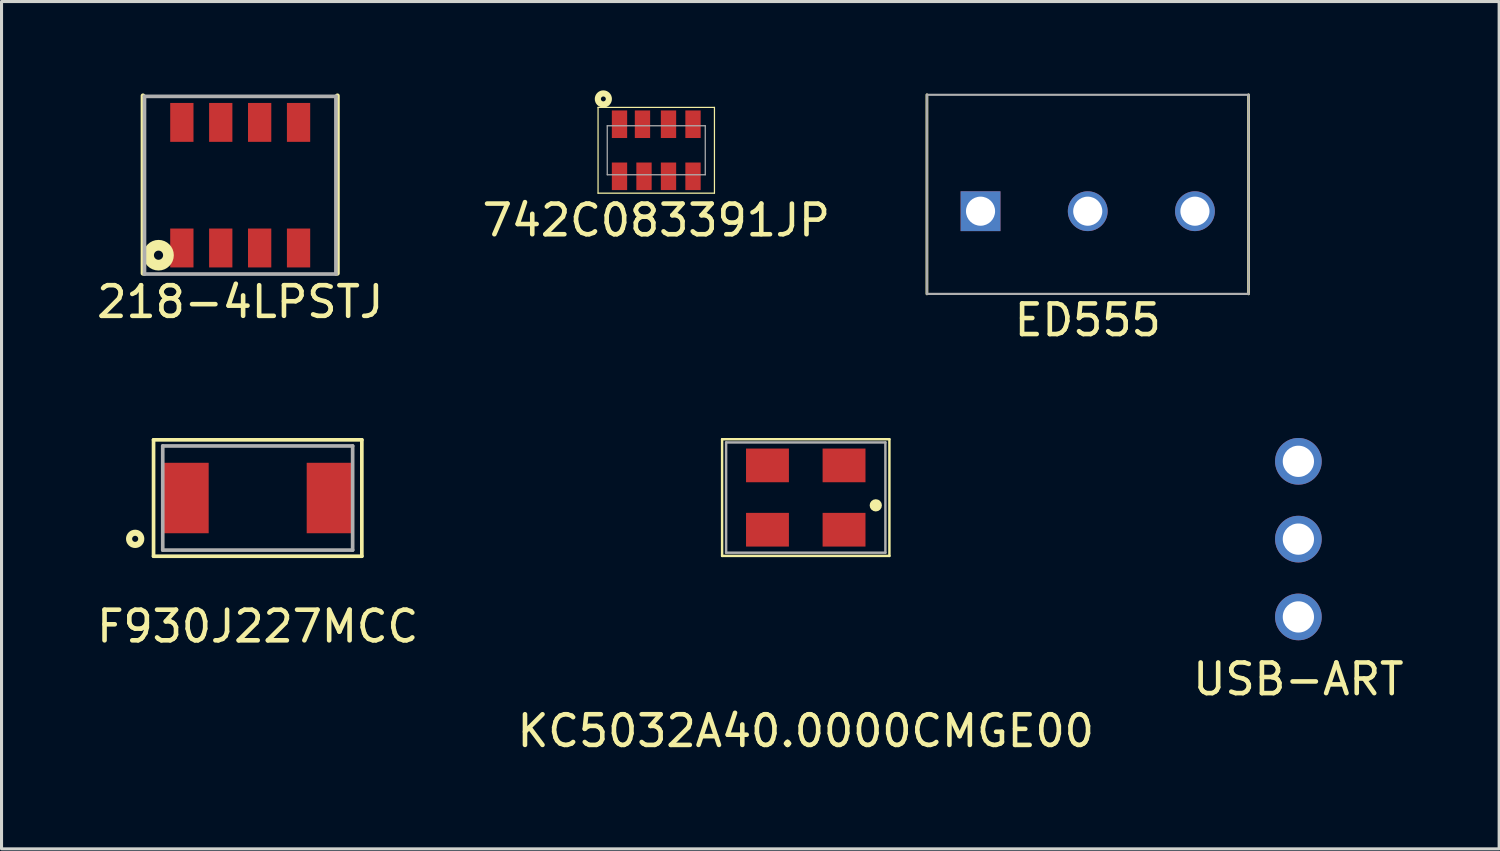
<source format=kicad_pcb>
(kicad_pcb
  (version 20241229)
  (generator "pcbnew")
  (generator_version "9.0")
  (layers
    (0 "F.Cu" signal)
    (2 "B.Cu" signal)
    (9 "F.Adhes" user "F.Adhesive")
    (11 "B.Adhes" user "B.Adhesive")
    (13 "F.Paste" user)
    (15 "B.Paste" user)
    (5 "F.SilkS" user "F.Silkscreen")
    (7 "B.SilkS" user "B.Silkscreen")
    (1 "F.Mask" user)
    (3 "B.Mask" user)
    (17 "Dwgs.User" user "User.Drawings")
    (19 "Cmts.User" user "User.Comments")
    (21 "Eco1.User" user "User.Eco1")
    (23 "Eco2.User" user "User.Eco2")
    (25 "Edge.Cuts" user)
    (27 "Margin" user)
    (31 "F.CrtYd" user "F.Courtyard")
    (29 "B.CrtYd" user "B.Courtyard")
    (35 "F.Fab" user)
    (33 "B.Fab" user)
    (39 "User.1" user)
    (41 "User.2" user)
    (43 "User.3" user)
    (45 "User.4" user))
  (footprint "ED555"
    (layer "F.Cu")
    (at 32.462 3.845)
    (property "Reference" "ED555" (at 0 3.556 0) (layer "F.SilkS") (effects (font (size 1 1) (thickness 0.15))))
    (attr through_hole)
    (fp_line (start -5.25 -3.8) (end -5.25 2.7) (stroke (width 0.09) (type solid)) (layer "F.SilkS"))
    (fp_line (start 5.25 -3.8) (end 5.25 2.7) (stroke (width 0.09) (type solid)) (layer "F.SilkS"))
    (fp_line (start -5.25 -3.8) (end -5.25 2.7) (stroke (width 0.07) (type solid)) (layer "F.Fab"))
    (fp_line (start -5.25 -3.8) (end 5.25 -3.8) (stroke (width 0.07) (type solid)) (layer "F.Fab"))
    (fp_line (start -5.25 2.7) (end 5.25 2.7) (stroke (width 0.07) (type solid)) (layer "F.Fab"))
    (fp_line (start 5.25 -3.8) (end 5.25 2.7) (stroke (width 0.07) (type solid)) (layer "F.Fab"))
    (pad "1" thru_hole rect (at -3.5 0 270) (size 1.3 1.3) (drill 0.95) (layers "*.Cu" "*.Mask"))
    (pad "2" thru_hole circle (at 0 0) (size 1.3 1.3) (drill 0.95) (layers "*.Cu" "*.Mask"))
    (pad "3" thru_hole circle (at 3.5 0 270) (size 1.3 1.3) (drill 0.95) (layers "*.Cu" "*.Mask")))
  (footprint "KC5032A40.0000CMGE00"
    (layer "F.Cu")
    (at 23.256 13.194)
    (property "Reference" "KC5032A40.0000CMGE00" (at 0 7.62 0) (layer "F.SilkS") (effects (font (size 1 1) (thickness 0.15))))
    (attr through_hole)
    (fp_line (start -2.731 -1.905) (end -2.731 1.905) (stroke (width 0.08) (type solid)) (layer "F.SilkS"))
    (fp_line (start -2.731 -1.905) (end 2.731 -1.905) (stroke (width 0.08) (type solid)) (layer "F.SilkS"))
    (fp_line (start 2.731 -1.905) (end 2.731 1.905) (stroke (width 0.08) (type solid)) (layer "F.SilkS"))
    (fp_line (start 2.731 1.905) (end -2.731 1.905) (stroke (width 0.08) (type solid)) (layer "F.SilkS"))
    (fp_circle (center 2.286 0.254) (end 2.386 0.254) (stroke (width 0.2) (type solid)) (fill no) (layer "F.SilkS"))
    (fp_line (start -2.6 -1.8) (end -2.6 1.8) (stroke (width 0.08) (type solid)) (layer "F.Fab"))
    (fp_line (start -2.6 -1.8) (end 2.6 -1.8) (stroke (width 0.08) (type solid)) (layer "F.Fab"))
    (fp_line (start -2.6 1.8) (end 2.6 1.8) (stroke (width 0.08) (type solid)) (layer "F.Fab"))
    (fp_line (start 2.6 -1.8) (end 2.6 1.8) (stroke (width 0.08) (type solid)) (layer "F.Fab"))
    (pad "1" smd rect (at 1.25 1.05) (size 1.4 1.1) (layers "F.Cu" "F.Mask" "F.Paste"))
    (pad "2" smd rect (at -1.25 1.05) (size 1.4 1.1) (layers "F.Cu" "F.Mask" "F.Paste"))
    (pad "3" smd rect (at -1.25 -1.05) (size 1.4 1.1) (layers "F.Cu" "F.Mask" "F.Paste"))
    (pad "4" smd rect (at 1.25 -1.05) (size 1.4 1.1) (layers "F.Cu" "F.Mask" "F.Paste")))
  (footprint "F930J227MCC"
    (layer "F.Cu")
    (at 5.363 13.209)
    (property "Reference" "F930J227MCC" (at 0 4.191 0) (layer "F.SilkS") (effects (font (size 1 1) (thickness 0.15))))
    (attr through_hole)
    (fp_line (start -3.4 -1.9) (end -3.4 1.9) (stroke (width 0.12) (type solid)) (layer "F.SilkS"))
    (fp_line (start -3.4 1.9) (end 3.4 1.9) (stroke (width 0.12) (type solid)) (layer "F.SilkS"))
    (fp_line (start 3.4 -1.9) (end -3.4 -1.9) (stroke (width 0.12) (type solid)) (layer "F.SilkS"))
    (fp_line (start 3.4 1.9) (end 3.4 -1.9) (stroke (width 0.12) (type solid)) (layer "F.SilkS"))
    (fp_circle (center -4 1.333) (end -3.901 1.333) (stroke (width 0.2) (type solid)) (fill no) (layer "F.SilkS"))
    (fp_line (start -3.1 -1.7) (end -3.1 1.7) (stroke (width 0.12) (type solid)) (layer "F.Fab"))
    (fp_line (start -3.1 -1.7) (end 3.1 -1.7) (stroke (width 0.12) (type solid)) (layer "F.Fab"))
    (fp_line (start -3.1 1.7) (end 3.1 1.7) (stroke (width 0.12) (type solid)) (layer "F.Fab"))
    (fp_line (start 3.1 -1.7) (end 3.1 1.7) (stroke (width 0.12) (type solid)) (layer "F.Fab"))
    (pad "1" smd rect (at -2.35 0) (size 1.5 2.3) (layers "F.Cu" "F.Mask" "F.Paste"))
    (pad "2" smd rect (at 2.35 0) (size 1.5 2.3) (layers "F.Cu" "F.Mask" "F.Paste")))
  (footprint "218-4LPSTJ"
    (layer "F.Cu")
    (at 4.792 2.996)
    (property "Reference" "218-4LPSTJ" (at 0 3.81 0) (layer "F.SilkS") (effects (font (size 1 1) (thickness 0.15))))
    (attr through_hole)
    (fp_line (start -3.175 2.879) (end -3.175 -2.921) (stroke (width 0.15) (type solid)) (layer "F.SilkS"))
    (fp_line (start 3.175 2.879) (end 3.175 -2.921) (stroke (width 0.15) (type solid)) (layer "F.SilkS"))
    (fp_circle (center -2.667 2.286) (end -2.517 2.286) (stroke (width 0.35) (type solid)) (fill no) (layer "F.SilkS"))
    (fp_line (start -3.125 -2.9) (end 3.125 -2.9) (stroke (width 0.12) (type solid)) (layer "F.Fab"))
    (fp_line (start -3.125 2.9) (end -3.125 -2.9) (stroke (width 0.12) (type solid)) (layer "F.Fab"))
    (fp_line (start -3.125 2.9) (end 3.125 2.9) (stroke (width 0.12) (type solid)) (layer "F.Fab"))
    (fp_line (start 3.125 2.9) (end 3.125 -2.9) (stroke (width 0.12) (type solid)) (layer "F.Fab"))
    (pad "1" smd rect (at -1.905 2.05) (size 0.76 1.27) (layers "F.Cu" "F.Mask" "F.Paste"))
    (pad "2" smd rect (at -0.635 2.05) (size 0.76 1.27) (layers "F.Cu" "F.Mask" "F.Paste"))
    (pad "3" smd rect (at 0.635 2.05) (size 0.76 1.27) (layers "F.Cu" "F.Mask" "F.Paste"))
    (pad "4" smd rect (at 1.905 2.05) (size 0.76 1.27) (layers "F.Cu" "F.Mask" "F.Paste"))
    (pad "5" smd rect (at 1.905 -2.05) (size 0.76 1.27) (layers "F.Cu" "F.Mask" "F.Paste"))
    (pad "6" smd rect (at 0.635 -2.05) (size 0.76 1.27) (layers "F.Cu" "F.Mask" "F.Paste"))
    (pad "7" smd rect (at -0.635 -2.05) (size 0.76 1.27) (layers "F.Cu" "F.Mask" "F.Paste"))
    (pad "8" smd rect (at -1.905 -2.05) (size 0.76 1.27) (layers "F.Cu" "F.Mask" "F.Paste")))
  (footprint "USB-ART"
    (layer "F.Cu")
    (at 39.339 14.551)
    (property "Reference" "USB-ART" (at 0 4.572 0) (layer "F.SilkS") (effects (font (size 1 1) (thickness 0.15))))
    (attr through_hole)
    (pad "3" thru_hole circle (at 0 2.54) (size 1.524 1.524) (drill 1.02) (layers "*.Cu" "*.Mask"))
    (pad "4" thru_hole circle (at 0 0) (size 1.524 1.524) (drill 1.02) (layers "*.Cu" "*.Mask"))
    (pad "5" thru_hole circle (at 0 -2.54) (size 1.524 1.524) (drill 1.02) (layers "*.Cu" "*.Mask")))
  (footprint "742C083391JP"
    (layer "F.Cu")
    (at 18.375 1.856)
    (property "Reference" "742C083391JP" (at 0 2.286 0) (layer "F.SilkS") (effects (font (size 1 1) (thickness 0.15))))
    (attr through_hole)
    (fp_line (start -1.9 -1.4) (end -1.9 1.4) (stroke (width 0.04) (type solid)) (layer "F.SilkS"))
    (fp_line (start -1.9 -1.4) (end 1.9 -1.4) (stroke (width 0.04) (type solid)) (layer "F.SilkS"))
    (fp_line (start -1.9 1.4) (end 1.9 1.4) (stroke (width 0.04) (type solid)) (layer "F.SilkS"))
    (fp_line (start 1.9 -1.4) (end 1.9 1.4) (stroke (width 0.04) (type solid)) (layer "F.SilkS"))
    (fp_circle (center -1.727 -1.676) (end -1.647 -1.676) (stroke (width 0.2) (type solid)) (fill no) (layer "F.SilkS"))
    (fp_line (start -1.6 -0.8) (end -1.6 0.8) (stroke (width 0.04) (type solid)) (layer "F.Fab"))
    (fp_line (start -1.6 -0.8) (end 1.6 -0.8) (stroke (width 0.04) (type solid)) (layer "F.Fab"))
    (fp_line (start -1.6 0.8) (end 1.6 0.8) (stroke (width 0.04) (type solid)) (layer "F.Fab"))
    (fp_line (start 1.6 -0.8) (end 1.6 0.8) (stroke (width 0.04) (type solid)) (layer "F.Fab"))
    (pad "1" smd rect (at -1.2 -0.85) (size 0.5 0.9) (layers "F.Cu" "F.Mask" "F.Paste"))
    (pad "2" smd rect (at -0.45 -0.85) (size 0.5 0.9) (layers "F.Cu" "F.Mask" "F.Paste"))
    (pad "3" smd rect (at 0.4 -0.85) (size 0.5 0.9) (layers "F.Cu" "F.Mask" "F.Paste"))
    (pad "4" smd rect (at 1.2 -0.85) (size 0.5 0.9) (layers "F.Cu" "F.Mask" "F.Paste"))
    (pad "5" smd rect (at 1.2 0.85) (size 0.5 0.9) (layers "F.Cu" "F.Mask" "F.Paste"))
    (pad "6" smd rect (at 0.4 0.85) (size 0.5 0.9) (layers "F.Cu" "F.Mask" "F.Paste"))
    (pad "7" smd rect (at -0.4 0.85) (size 0.5 0.9) (layers "F.Cu" "F.Mask" "F.Paste"))
    (pad "8" smd rect (at -1.2 0.85) (size 0.5 0.9) (layers "F.Cu" "F.Mask" "F.Paste")))
  (gr_rect
    (start -3 -3)
    (end 45.893 24.663)
    (stroke (width 0.1) (type default))
    (fill no)
    (layer "Edge.Cuts")))
</source>
